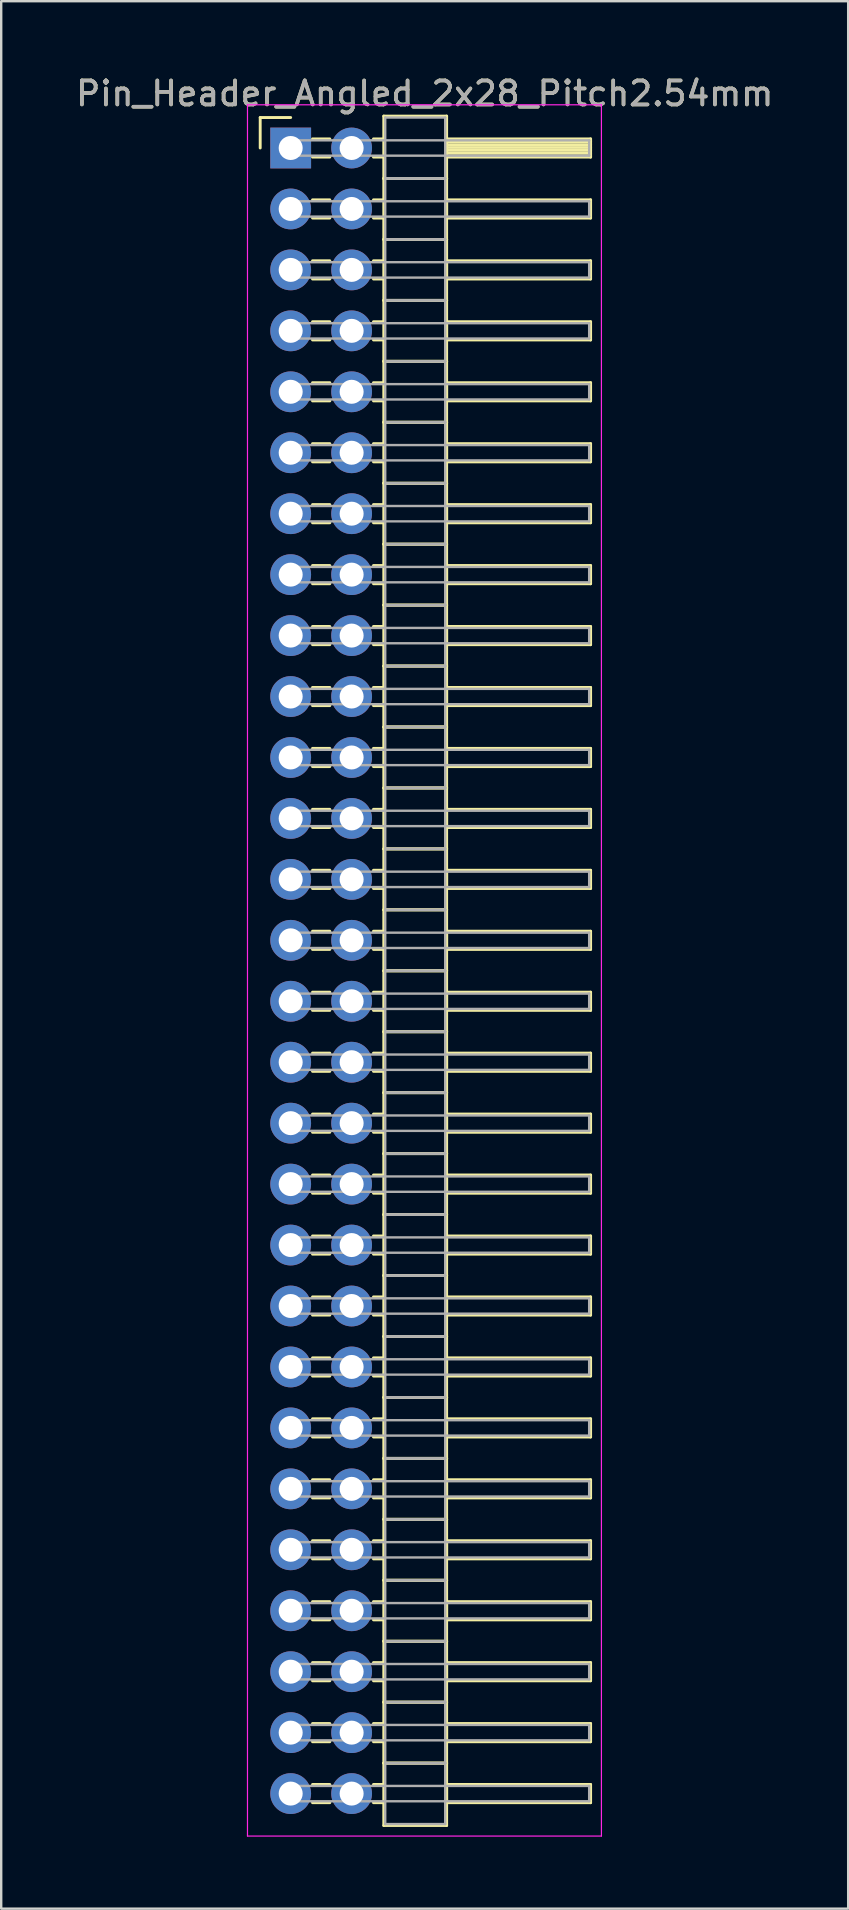
<source format=kicad_pcb>
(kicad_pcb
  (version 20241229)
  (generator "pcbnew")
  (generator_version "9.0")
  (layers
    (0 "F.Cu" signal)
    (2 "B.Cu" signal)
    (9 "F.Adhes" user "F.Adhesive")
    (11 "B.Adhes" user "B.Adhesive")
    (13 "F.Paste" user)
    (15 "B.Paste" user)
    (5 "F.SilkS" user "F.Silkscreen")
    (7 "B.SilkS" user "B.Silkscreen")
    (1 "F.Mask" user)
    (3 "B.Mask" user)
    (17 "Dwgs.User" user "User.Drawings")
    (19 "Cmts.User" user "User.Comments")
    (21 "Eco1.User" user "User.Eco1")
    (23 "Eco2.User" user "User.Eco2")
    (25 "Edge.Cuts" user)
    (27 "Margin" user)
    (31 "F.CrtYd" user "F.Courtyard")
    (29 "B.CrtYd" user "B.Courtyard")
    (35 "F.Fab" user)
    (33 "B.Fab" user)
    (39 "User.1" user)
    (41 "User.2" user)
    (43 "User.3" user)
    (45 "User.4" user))
  (footprint "Pin_Header_Angled_2x28_Pitch2.54mm"
    (layer "F.Cu")
    (at 9.064 3.118)
    (property "Reference" "Pin_Header_Angled_2x28_Pitch2.54mm" (at 5.585 -2.27 0) (layer "F.SilkS") (effects (font (size 1 1) (thickness 0.15))))
    (attr through_hole)
    (fp_line (start -1.27 -1.27) (end 0 -1.27) (stroke (width 0.12) (type solid)) (layer "F.SilkS"))
    (fp_line (start -1.27 0) (end -1.27 -1.27) (stroke (width 0.12) (type solid)) (layer "F.SilkS"))
    (fp_line (start 0.91 -0.38) (end 1.63 -0.38) (stroke (width 0.12) (type solid)) (layer "F.SilkS"))
    (fp_line (start 0.91 0.38) (end 1.63 0.38) (stroke (width 0.12) (type solid)) (layer "F.SilkS"))
    (fp_line (start 0.91 2.16) (end 1.63 2.16) (stroke (width 0.12) (type solid)) (layer "F.SilkS"))
    (fp_line (start 0.91 2.92) (end 1.63 2.92) (stroke (width 0.12) (type solid)) (layer "F.SilkS"))
    (fp_line (start 0.91 4.7) (end 1.63 4.7) (stroke (width 0.12) (type solid)) (layer "F.SilkS"))
    (fp_line (start 0.91 5.46) (end 1.63 5.46) (stroke (width 0.12) (type solid)) (layer "F.SilkS"))
    (fp_line (start 0.91 7.24) (end 1.63 7.24) (stroke (width 0.12) (type solid)) (layer "F.SilkS"))
    (fp_line (start 0.91 8) (end 1.63 8) (stroke (width 0.12) (type solid)) (layer "F.SilkS"))
    (fp_line (start 0.91 9.78) (end 1.63 9.78) (stroke (width 0.12) (type solid)) (layer "F.SilkS"))
    (fp_line (start 0.91 10.54) (end 1.63 10.54) (stroke (width 0.12) (type solid)) (layer "F.SilkS"))
    (fp_line (start 0.91 12.32) (end 1.63 12.32) (stroke (width 0.12) (type solid)) (layer "F.SilkS"))
    (fp_line (start 0.91 13.08) (end 1.63 13.08) (stroke (width 0.12) (type solid)) (layer "F.SilkS"))
    (fp_line (start 0.91 14.86) (end 1.63 14.86) (stroke (width 0.12) (type solid)) (layer "F.SilkS"))
    (fp_line (start 0.91 15.62) (end 1.63 15.62) (stroke (width 0.12) (type solid)) (layer "F.SilkS"))
    (fp_line (start 0.91 17.4) (end 1.63 17.4) (stroke (width 0.12) (type solid)) (layer "F.SilkS"))
    (fp_line (start 0.91 18.16) (end 1.63 18.16) (stroke (width 0.12) (type solid)) (layer "F.SilkS"))
    (fp_line (start 0.91 19.94) (end 1.63 19.94) (stroke (width 0.12) (type solid)) (layer "F.SilkS"))
    (fp_line (start 0.91 20.7) (end 1.63 20.7) (stroke (width 0.12) (type solid)) (layer "F.SilkS"))
    (fp_line (start 0.91 22.48) (end 1.63 22.48) (stroke (width 0.12) (type solid)) (layer "F.SilkS"))
    (fp_line (start 0.91 23.24) (end 1.63 23.24) (stroke (width 0.12) (type solid)) (layer "F.SilkS"))
    (fp_line (start 0.91 25.02) (end 1.63 25.02) (stroke (width 0.12) (type solid)) (layer "F.SilkS"))
    (fp_line (start 0.91 25.78) (end 1.63 25.78) (stroke (width 0.12) (type solid)) (layer "F.SilkS"))
    (fp_line (start 0.91 27.56) (end 1.63 27.56) (stroke (width 0.12) (type solid)) (layer "F.SilkS"))
    (fp_line (start 0.91 28.32) (end 1.63 28.32) (stroke (width 0.12) (type solid)) (layer "F.SilkS"))
    (fp_line (start 0.91 30.1) (end 1.63 30.1) (stroke (width 0.12) (type solid)) (layer "F.SilkS"))
    (fp_line (start 0.91 30.86) (end 1.63 30.86) (stroke (width 0.12) (type solid)) (layer "F.SilkS"))
    (fp_line (start 0.91 32.64) (end 1.63 32.64) (stroke (width 0.12) (type solid)) (layer "F.SilkS"))
    (fp_line (start 0.91 33.4) (end 1.63 33.4) (stroke (width 0.12) (type solid)) (layer "F.SilkS"))
    (fp_line (start 0.91 35.18) (end 1.63 35.18) (stroke (width 0.12) (type solid)) (layer "F.SilkS"))
    (fp_line (start 0.91 35.94) (end 1.63 35.94) (stroke (width 0.12) (type solid)) (layer "F.SilkS"))
    (fp_line (start 0.91 37.72) (end 1.63 37.72) (stroke (width 0.12) (type solid)) (layer "F.SilkS"))
    (fp_line (start 0.91 38.48) (end 1.63 38.48) (stroke (width 0.12) (type solid)) (layer "F.SilkS"))
    (fp_line (start 0.91 40.26) (end 1.63 40.26) (stroke (width 0.12) (type solid)) (layer "F.SilkS"))
    (fp_line (start 0.91 41.02) (end 1.63 41.02) (stroke (width 0.12) (type solid)) (layer "F.SilkS"))
    (fp_line (start 0.91 42.8) (end 1.63 42.8) (stroke (width 0.12) (type solid)) (layer "F.SilkS"))
    (fp_line (start 0.91 43.56) (end 1.63 43.56) (stroke (width 0.12) (type solid)) (layer "F.SilkS"))
    (fp_line (start 0.91 45.34) (end 1.63 45.34) (stroke (width 0.12) (type solid)) (layer "F.SilkS"))
    (fp_line (start 0.91 46.1) (end 1.63 46.1) (stroke (width 0.12) (type solid)) (layer "F.SilkS"))
    (fp_line (start 0.91 47.88) (end 1.63 47.88) (stroke (width 0.12) (type solid)) (layer "F.SilkS"))
    (fp_line (start 0.91 48.64) (end 1.63 48.64) (stroke (width 0.12) (type solid)) (layer "F.SilkS"))
    (fp_line (start 0.91 50.42) (end 1.63 50.42) (stroke (width 0.12) (type solid)) (layer "F.SilkS"))
    (fp_line (start 0.91 51.18) (end 1.63 51.18) (stroke (width 0.12) (type solid)) (layer "F.SilkS"))
    (fp_line (start 0.91 52.96) (end 1.63 52.96) (stroke (width 0.12) (type solid)) (layer "F.SilkS"))
    (fp_line (start 0.91 53.72) (end 1.63 53.72) (stroke (width 0.12) (type solid)) (layer "F.SilkS"))
    (fp_line (start 0.91 55.5) (end 1.63 55.5) (stroke (width 0.12) (type solid)) (layer "F.SilkS"))
    (fp_line (start 0.91 56.26) (end 1.63 56.26) (stroke (width 0.12) (type solid)) (layer "F.SilkS"))
    (fp_line (start 0.91 58.04) (end 1.63 58.04) (stroke (width 0.12) (type solid)) (layer "F.SilkS"))
    (fp_line (start 0.91 58.8) (end 1.63 58.8) (stroke (width 0.12) (type solid)) (layer "F.SilkS"))
    (fp_line (start 0.91 60.58) (end 1.63 60.58) (stroke (width 0.12) (type solid)) (layer "F.SilkS"))
    (fp_line (start 0.91 61.34) (end 1.63 61.34) (stroke (width 0.12) (type solid)) (layer "F.SilkS"))
    (fp_line (start 0.91 63.12) (end 1.63 63.12) (stroke (width 0.12) (type solid)) (layer "F.SilkS"))
    (fp_line (start 0.91 63.88) (end 1.63 63.88) (stroke (width 0.12) (type solid)) (layer "F.SilkS"))
    (fp_line (start 0.91 65.66) (end 1.63 65.66) (stroke (width 0.12) (type solid)) (layer "F.SilkS"))
    (fp_line (start 0.91 66.42) (end 1.63 66.42) (stroke (width 0.12) (type solid)) (layer "F.SilkS"))
    (fp_line (start 0.91 68.2) (end 1.63 68.2) (stroke (width 0.12) (type solid)) (layer "F.SilkS"))
    (fp_line (start 0.91 68.96) (end 1.63 68.96) (stroke (width 0.12) (type solid)) (layer "F.SilkS"))
    (fp_line (start 3.45 -0.38) (end 3.88 -0.38) (stroke (width 0.12) (type solid)) (layer "F.SilkS"))
    (fp_line (start 3.45 0.38) (end 3.88 0.38) (stroke (width 0.12) (type solid)) (layer "F.SilkS"))
    (fp_line (start 3.45 2.16) (end 3.88 2.16) (stroke (width 0.12) (type solid)) (layer "F.SilkS"))
    (fp_line (start 3.45 2.92) (end 3.88 2.92) (stroke (width 0.12) (type solid)) (layer "F.SilkS"))
    (fp_line (start 3.45 4.7) (end 3.88 4.7) (stroke (width 0.12) (type solid)) (layer "F.SilkS"))
    (fp_line (start 3.45 5.46) (end 3.88 5.46) (stroke (width 0.12) (type solid)) (layer "F.SilkS"))
    (fp_line (start 3.45 7.24) (end 3.88 7.24) (stroke (width 0.12) (type solid)) (layer "F.SilkS"))
    (fp_line (start 3.45 8) (end 3.88 8) (stroke (width 0.12) (type solid)) (layer "F.SilkS"))
    (fp_line (start 3.45 9.78) (end 3.88 9.78) (stroke (width 0.12) (type solid)) (layer "F.SilkS"))
    (fp_line (start 3.45 10.54) (end 3.88 10.54) (stroke (width 0.12) (type solid)) (layer "F.SilkS"))
    (fp_line (start 3.45 12.32) (end 3.88 12.32) (stroke (width 0.12) (type solid)) (layer "F.SilkS"))
    (fp_line (start 3.45 13.08) (end 3.88 13.08) (stroke (width 0.12) (type solid)) (layer "F.SilkS"))
    (fp_line (start 3.45 14.86) (end 3.88 14.86) (stroke (width 0.12) (type solid)) (layer "F.SilkS"))
    (fp_line (start 3.45 15.62) (end 3.88 15.62) (stroke (width 0.12) (type solid)) (layer "F.SilkS"))
    (fp_line (start 3.45 17.4) (end 3.88 17.4) (stroke (width 0.12) (type solid)) (layer "F.SilkS"))
    (fp_line (start 3.45 18.16) (end 3.88 18.16) (stroke (width 0.12) (type solid)) (layer "F.SilkS"))
    (fp_line (start 3.45 19.94) (end 3.88 19.94) (stroke (width 0.12) (type solid)) (layer "F.SilkS"))
    (fp_line (start 3.45 20.7) (end 3.88 20.7) (stroke (width 0.12) (type solid)) (layer "F.SilkS"))
    (fp_line (start 3.45 22.48) (end 3.88 22.48) (stroke (width 0.12) (type solid)) (layer "F.SilkS"))
    (fp_line (start 3.45 23.24) (end 3.88 23.24) (stroke (width 0.12) (type solid)) (layer "F.SilkS"))
    (fp_line (start 3.45 25.02) (end 3.88 25.02) (stroke (width 0.12) (type solid)) (layer "F.SilkS"))
    (fp_line (start 3.45 25.78) (end 3.88 25.78) (stroke (width 0.12) (type solid)) (layer "F.SilkS"))
    (fp_line (start 3.45 27.56) (end 3.88 27.56) (stroke (width 0.12) (type solid)) (layer "F.SilkS"))
    (fp_line (start 3.45 28.32) (end 3.88 28.32) (stroke (width 0.12) (type solid)) (layer "F.SilkS"))
    (fp_line (start 3.45 30.1) (end 3.88 30.1) (stroke (width 0.12) (type solid)) (layer "F.SilkS"))
    (fp_line (start 3.45 30.86) (end 3.88 30.86) (stroke (width 0.12) (type solid)) (layer "F.SilkS"))
    (fp_line (start 3.45 32.64) (end 3.88 32.64) (stroke (width 0.12) (type solid)) (layer "F.SilkS"))
    (fp_line (start 3.45 33.4) (end 3.88 33.4) (stroke (width 0.12) (type solid)) (layer "F.SilkS"))
    (fp_line (start 3.45 35.18) (end 3.88 35.18) (stroke (width 0.12) (type solid)) (layer "F.SilkS"))
    (fp_line (start 3.45 35.94) (end 3.88 35.94) (stroke (width 0.12) (type solid)) (layer "F.SilkS"))
    (fp_line (start 3.45 37.72) (end 3.88 37.72) (stroke (width 0.12) (type solid)) (layer "F.SilkS"))
    (fp_line (start 3.45 38.48) (end 3.88 38.48) (stroke (width 0.12) (type solid)) (layer "F.SilkS"))
    (fp_line (start 3.45 40.26) (end 3.88 40.26) (stroke (width 0.12) (type solid)) (layer "F.SilkS"))
    (fp_line (start 3.45 41.02) (end 3.88 41.02) (stroke (width 0.12) (type solid)) (layer "F.SilkS"))
    (fp_line (start 3.45 42.8) (end 3.88 42.8) (stroke (width 0.12) (type solid)) (layer "F.SilkS"))
    (fp_line (start 3.45 43.56) (end 3.88 43.56) (stroke (width 0.12) (type solid)) (layer "F.SilkS"))
    (fp_line (start 3.45 45.34) (end 3.88 45.34) (stroke (width 0.12) (type solid)) (layer "F.SilkS"))
    (fp_line (start 3.45 46.1) (end 3.88 46.1) (stroke (width 0.12) (type solid)) (layer "F.SilkS"))
    (fp_line (start 3.45 47.88) (end 3.88 47.88) (stroke (width 0.12) (type solid)) (layer "F.SilkS"))
    (fp_line (start 3.45 48.64) (end 3.88 48.64) (stroke (width 0.12) (type solid)) (layer "F.SilkS"))
    (fp_line (start 3.45 50.42) (end 3.88 50.42) (stroke (width 0.12) (type solid)) (layer "F.SilkS"))
    (fp_line (start 3.45 51.18) (end 3.88 51.18) (stroke (width 0.12) (type solid)) (layer "F.SilkS"))
    (fp_line (start 3.45 52.96) (end 3.88 52.96) (stroke (width 0.12) (type solid)) (layer "F.SilkS"))
    (fp_line (start 3.45 53.72) (end 3.88 53.72) (stroke (width 0.12) (type solid)) (layer "F.SilkS"))
    (fp_line (start 3.45 55.5) (end 3.88 55.5) (stroke (width 0.12) (type solid)) (layer "F.SilkS"))
    (fp_line (start 3.45 56.26) (end 3.88 56.26) (stroke (width 0.12) (type solid)) (layer "F.SilkS"))
    (fp_line (start 3.45 58.04) (end 3.88 58.04) (stroke (width 0.12) (type solid)) (layer "F.SilkS"))
    (fp_line (start 3.45 58.8) (end 3.88 58.8) (stroke (width 0.12) (type solid)) (layer "F.SilkS"))
    (fp_line (start 3.45 60.58) (end 3.88 60.58) (stroke (width 0.12) (type solid)) (layer "F.SilkS"))
    (fp_line (start 3.45 61.34) (end 3.88 61.34) (stroke (width 0.12) (type solid)) (layer "F.SilkS"))
    (fp_line (start 3.45 63.12) (end 3.88 63.12) (stroke (width 0.12) (type solid)) (layer "F.SilkS"))
    (fp_line (start 3.45 63.88) (end 3.88 63.88) (stroke (width 0.12) (type solid)) (layer "F.SilkS"))
    (fp_line (start 3.45 65.66) (end 3.88 65.66) (stroke (width 0.12) (type solid)) (layer "F.SilkS"))
    (fp_line (start 3.45 66.42) (end 3.88 66.42) (stroke (width 0.12) (type solid)) (layer "F.SilkS"))
    (fp_line (start 3.45 68.2) (end 3.88 68.2) (stroke (width 0.12) (type solid)) (layer "F.SilkS"))
    (fp_line (start 3.45 68.96) (end 3.88 68.96) (stroke (width 0.12) (type solid)) (layer "F.SilkS"))
    (fp_line (start 3.88 -1.33) (end 3.88 1.27) (stroke (width 0.12) (type solid)) (layer "F.SilkS"))
    (fp_line (start 3.88 1.27) (end 3.88 3.81) (stroke (width 0.12) (type solid)) (layer "F.SilkS"))
    (fp_line (start 3.88 1.27) (end 6.5 1.27) (stroke (width 0.12) (type solid)) (layer "F.SilkS"))
    (fp_line (start 3.88 3.81) (end 3.88 6.35) (stroke (width 0.12) (type solid)) (layer "F.SilkS"))
    (fp_line (start 3.88 3.81) (end 6.5 3.81) (stroke (width 0.12) (type solid)) (layer "F.SilkS"))
    (fp_line (start 3.88 6.35) (end 3.88 8.89) (stroke (width 0.12) (type solid)) (layer "F.SilkS"))
    (fp_line (start 3.88 6.35) (end 6.5 6.35) (stroke (width 0.12) (type solid)) (layer "F.SilkS"))
    (fp_line (start 3.88 8.89) (end 3.88 11.43) (stroke (width 0.12) (type solid)) (layer "F.SilkS"))
    (fp_line (start 3.88 8.89) (end 6.5 8.89) (stroke (width 0.12) (type solid)) (layer "F.SilkS"))
    (fp_line (start 3.88 11.43) (end 3.88 13.97) (stroke (width 0.12) (type solid)) (layer "F.SilkS"))
    (fp_line (start 3.88 11.43) (end 6.5 11.43) (stroke (width 0.12) (type solid)) (layer "F.SilkS"))
    (fp_line (start 3.88 13.97) (end 3.88 16.51) (stroke (width 0.12) (type solid)) (layer "F.SilkS"))
    (fp_line (start 3.88 13.97) (end 6.5 13.97) (stroke (width 0.12) (type solid)) (layer "F.SilkS"))
    (fp_line (start 3.88 16.51) (end 3.88 19.05) (stroke (width 0.12) (type solid)) (layer "F.SilkS"))
    (fp_line (start 3.88 16.51) (end 6.5 16.51) (stroke (width 0.12) (type solid)) (layer "F.SilkS"))
    (fp_line (start 3.88 19.05) (end 3.88 21.59) (stroke (width 0.12) (type solid)) (layer "F.SilkS"))
    (fp_line (start 3.88 19.05) (end 6.5 19.05) (stroke (width 0.12) (type solid)) (layer "F.SilkS"))
    (fp_line (start 3.88 21.59) (end 3.88 24.13) (stroke (width 0.12) (type solid)) (layer "F.SilkS"))
    (fp_line (start 3.88 21.59) (end 6.5 21.59) (stroke (width 0.12) (type solid)) (layer "F.SilkS"))
    (fp_line (start 3.88 24.13) (end 3.88 26.67) (stroke (width 0.12) (type solid)) (layer "F.SilkS"))
    (fp_line (start 3.88 24.13) (end 6.5 24.13) (stroke (width 0.12) (type solid)) (layer "F.SilkS"))
    (fp_line (start 3.88 26.67) (end 3.88 29.21) (stroke (width 0.12) (type solid)) (layer "F.SilkS"))
    (fp_line (start 3.88 26.67) (end 6.5 26.67) (stroke (width 0.12) (type solid)) (layer "F.SilkS"))
    (fp_line (start 3.88 29.21) (end 3.88 31.75) (stroke (width 0.12) (type solid)) (layer "F.SilkS"))
    (fp_line (start 3.88 29.21) (end 6.5 29.21) (stroke (width 0.12) (type solid)) (layer "F.SilkS"))
    (fp_line (start 3.88 31.75) (end 3.88 34.29) (stroke (width 0.12) (type solid)) (layer "F.SilkS"))
    (fp_line (start 3.88 31.75) (end 6.5 31.75) (stroke (width 0.12) (type solid)) (layer "F.SilkS"))
    (fp_line (start 3.88 34.29) (end 3.88 36.83) (stroke (width 0.12) (type solid)) (layer "F.SilkS"))
    (fp_line (start 3.88 34.29) (end 6.5 34.29) (stroke (width 0.12) (type solid)) (layer "F.SilkS"))
    (fp_line (start 3.88 36.83) (end 3.88 39.37) (stroke (width 0.12) (type solid)) (layer "F.SilkS"))
    (fp_line (start 3.88 36.83) (end 6.5 36.83) (stroke (width 0.12) (type solid)) (layer "F.SilkS"))
    (fp_line (start 3.88 39.37) (end 3.88 41.91) (stroke (width 0.12) (type solid)) (layer "F.SilkS"))
    (fp_line (start 3.88 39.37) (end 6.5 39.37) (stroke (width 0.12) (type solid)) (layer "F.SilkS"))
    (fp_line (start 3.88 41.91) (end 3.88 44.45) (stroke (width 0.12) (type solid)) (layer "F.SilkS"))
    (fp_line (start 3.88 41.91) (end 6.5 41.91) (stroke (width 0.12) (type solid)) (layer "F.SilkS"))
    (fp_line (start 3.88 44.45) (end 3.88 46.99) (stroke (width 0.12) (type solid)) (layer "F.SilkS"))
    (fp_line (start 3.88 44.45) (end 6.5 44.45) (stroke (width 0.12) (type solid)) (layer "F.SilkS"))
    (fp_line (start 3.88 46.99) (end 3.88 49.53) (stroke (width 0.12) (type solid)) (layer "F.SilkS"))
    (fp_line (start 3.88 46.99) (end 6.5 46.99) (stroke (width 0.12) (type solid)) (layer "F.SilkS"))
    (fp_line (start 3.88 49.53) (end 3.88 52.07) (stroke (width 0.12) (type solid)) (layer "F.SilkS"))
    (fp_line (start 3.88 49.53) (end 6.5 49.53) (stroke (width 0.12) (type solid)) (layer "F.SilkS"))
    (fp_line (start 3.88 52.07) (end 3.88 54.61) (stroke (width 0.12) (type solid)) (layer "F.SilkS"))
    (fp_line (start 3.88 52.07) (end 6.5 52.07) (stroke (width 0.12) (type solid)) (layer "F.SilkS"))
    (fp_line (start 3.88 54.61) (end 3.88 57.15) (stroke (width 0.12) (type solid)) (layer "F.SilkS"))
    (fp_line (start 3.88 54.61) (end 6.5 54.61) (stroke (width 0.12) (type solid)) (layer "F.SilkS"))
    (fp_line (start 3.88 57.15) (end 3.88 59.69) (stroke (width 0.12) (type solid)) (layer "F.SilkS"))
    (fp_line (start 3.88 57.15) (end 6.5 57.15) (stroke (width 0.12) (type solid)) (layer "F.SilkS"))
    (fp_line (start 3.88 59.69) (end 3.88 62.23) (stroke (width 0.12) (type solid)) (layer "F.SilkS"))
    (fp_line (start 3.88 59.69) (end 6.5 59.69) (stroke (width 0.12) (type solid)) (layer "F.SilkS"))
    (fp_line (start 3.88 62.23) (end 3.88 64.77) (stroke (width 0.12) (type solid)) (layer "F.SilkS"))
    (fp_line (start 3.88 62.23) (end 6.5 62.23) (stroke (width 0.12) (type solid)) (layer "F.SilkS"))
    (fp_line (start 3.88 64.77) (end 3.88 67.31) (stroke (width 0.12) (type solid)) (layer "F.SilkS"))
    (fp_line (start 3.88 64.77) (end 6.5 64.77) (stroke (width 0.12) (type solid)) (layer "F.SilkS"))
    (fp_line (start 3.88 67.31) (end 3.88 69.91) (stroke (width 0.12) (type solid)) (layer "F.SilkS"))
    (fp_line (start 3.88 67.31) (end 6.5 67.31) (stroke (width 0.12) (type solid)) (layer "F.SilkS"))
    (fp_line (start 3.88 69.91) (end 6.5 69.91) (stroke (width 0.12) (type solid)) (layer "F.SilkS"))
    (fp_line (start 6.5 -1.33) (end 3.88 -1.33) (stroke (width 0.12) (type solid)) (layer "F.SilkS"))
    (fp_line (start 6.5 -0.38) (end 6.5 0.38) (stroke (width 0.12) (type solid)) (layer "F.SilkS"))
    (fp_line (start 6.5 -0.26) (end 12.5 -0.26) (stroke (width 0.12) (type solid)) (layer "F.SilkS"))
    (fp_line (start 6.5 -0.14) (end 12.5 -0.14) (stroke (width 0.12) (type solid)) (layer "F.SilkS"))
    (fp_line (start 6.5 -0.02) (end 12.5 -0.02) (stroke (width 0.12) (type solid)) (layer "F.SilkS"))
    (fp_line (start 6.5 0.1) (end 12.5 0.1) (stroke (width 0.12) (type solid)) (layer "F.SilkS"))
    (fp_line (start 6.5 0.22) (end 12.5 0.22) (stroke (width 0.12) (type solid)) (layer "F.SilkS"))
    (fp_line (start 6.5 0.34) (end 12.5 0.34) (stroke (width 0.12) (type solid)) (layer "F.SilkS"))
    (fp_line (start 6.5 0.38) (end 12.5 0.38) (stroke (width 0.12) (type solid)) (layer "F.SilkS"))
    (fp_line (start 6.5 1.27) (end 3.88 1.27) (stroke (width 0.12) (type solid)) (layer "F.SilkS"))
    (fp_line (start 6.5 1.27) (end 6.5 -1.33) (stroke (width 0.12) (type solid)) (layer "F.SilkS"))
    (fp_line (start 6.5 2.16) (end 6.5 2.92) (stroke (width 0.12) (type solid)) (layer "F.SilkS"))
    (fp_line (start 6.5 2.92) (end 12.5 2.92) (stroke (width 0.12) (type solid)) (layer "F.SilkS"))
    (fp_line (start 6.5 3.81) (end 3.88 3.81) (stroke (width 0.12) (type solid)) (layer "F.SilkS"))
    (fp_line (start 6.5 3.81) (end 6.5 1.27) (stroke (width 0.12) (type solid)) (layer "F.SilkS"))
    (fp_line (start 6.5 4.7) (end 6.5 5.46) (stroke (width 0.12) (type solid)) (layer "F.SilkS"))
    (fp_line (start 6.5 5.46) (end 12.5 5.46) (stroke (width 0.12) (type solid)) (layer "F.SilkS"))
    (fp_line (start 6.5 6.35) (end 3.88 6.35) (stroke (width 0.12) (type solid)) (layer "F.SilkS"))
    (fp_line (start 6.5 6.35) (end 6.5 3.81) (stroke (width 0.12) (type solid)) (layer "F.SilkS"))
    (fp_line (start 6.5 7.24) (end 6.5 8) (stroke (width 0.12) (type solid)) (layer "F.SilkS"))
    (fp_line (start 6.5 8) (end 12.5 8) (stroke (width 0.12) (type solid)) (layer "F.SilkS"))
    (fp_line (start 6.5 8.89) (end 3.88 8.89) (stroke (width 0.12) (type solid)) (layer "F.SilkS"))
    (fp_line (start 6.5 8.89) (end 6.5 6.35) (stroke (width 0.12) (type solid)) (layer "F.SilkS"))
    (fp_line (start 6.5 9.78) (end 6.5 10.54) (stroke (width 0.12) (type solid)) (layer "F.SilkS"))
    (fp_line (start 6.5 10.54) (end 12.5 10.54) (stroke (width 0.12) (type solid)) (layer "F.SilkS"))
    (fp_line (start 6.5 11.43) (end 3.88 11.43) (stroke (width 0.12) (type solid)) (layer "F.SilkS"))
    (fp_line (start 6.5 11.43) (end 6.5 8.89) (stroke (width 0.12) (type solid)) (layer "F.SilkS"))
    (fp_line (start 6.5 12.32) (end 6.5 13.08) (stroke (width 0.12) (type solid)) (layer "F.SilkS"))
    (fp_line (start 6.5 13.08) (end 12.5 13.08) (stroke (width 0.12) (type solid)) (layer "F.SilkS"))
    (fp_line (start 6.5 13.97) (end 3.88 13.97) (stroke (width 0.12) (type solid)) (layer "F.SilkS"))
    (fp_line (start 6.5 13.97) (end 6.5 11.43) (stroke (width 0.12) (type solid)) (layer "F.SilkS"))
    (fp_line (start 6.5 14.86) (end 6.5 15.62) (stroke (width 0.12) (type solid)) (layer "F.SilkS"))
    (fp_line (start 6.5 15.62) (end 12.5 15.62) (stroke (width 0.12) (type solid)) (layer "F.SilkS"))
    (fp_line (start 6.5 16.51) (end 3.88 16.51) (stroke (width 0.12) (type solid)) (layer "F.SilkS"))
    (fp_line (start 6.5 16.51) (end 6.5 13.97) (stroke (width 0.12) (type solid)) (layer "F.SilkS"))
    (fp_line (start 6.5 17.4) (end 6.5 18.16) (stroke (width 0.12) (type solid)) (layer "F.SilkS"))
    (fp_line (start 6.5 18.16) (end 12.5 18.16) (stroke (width 0.12) (type solid)) (layer "F.SilkS"))
    (fp_line (start 6.5 19.05) (end 3.88 19.05) (stroke (width 0.12) (type solid)) (layer "F.SilkS"))
    (fp_line (start 6.5 19.05) (end 6.5 16.51) (stroke (width 0.12) (type solid)) (layer "F.SilkS"))
    (fp_line (start 6.5 19.94) (end 6.5 20.7) (stroke (width 0.12) (type solid)) (layer "F.SilkS"))
    (fp_line (start 6.5 20.7) (end 12.5 20.7) (stroke (width 0.12) (type solid)) (layer "F.SilkS"))
    (fp_line (start 6.5 21.59) (end 3.88 21.59) (stroke (width 0.12) (type solid)) (layer "F.SilkS"))
    (fp_line (start 6.5 21.59) (end 6.5 19.05) (stroke (width 0.12) (type solid)) (layer "F.SilkS"))
    (fp_line (start 6.5 22.48) (end 6.5 23.24) (stroke (width 0.12) (type solid)) (layer "F.SilkS"))
    (fp_line (start 6.5 23.24) (end 12.5 23.24) (stroke (width 0.12) (type solid)) (layer "F.SilkS"))
    (fp_line (start 6.5 24.13) (end 3.88 24.13) (stroke (width 0.12) (type solid)) (layer "F.SilkS"))
    (fp_line (start 6.5 24.13) (end 6.5 21.59) (stroke (width 0.12) (type solid)) (layer "F.SilkS"))
    (fp_line (start 6.5 25.02) (end 6.5 25.78) (stroke (width 0.12) (type solid)) (layer "F.SilkS"))
    (fp_line (start 6.5 25.78) (end 12.5 25.78) (stroke (width 0.12) (type solid)) (layer "F.SilkS"))
    (fp_line (start 6.5 26.67) (end 3.88 26.67) (stroke (width 0.12) (type solid)) (layer "F.SilkS"))
    (fp_line (start 6.5 26.67) (end 6.5 24.13) (stroke (width 0.12) (type solid)) (layer "F.SilkS"))
    (fp_line (start 6.5 27.56) (end 6.5 28.32) (stroke (width 0.12) (type solid)) (layer "F.SilkS"))
    (fp_line (start 6.5 28.32) (end 12.5 28.32) (stroke (width 0.12) (type solid)) (layer "F.SilkS"))
    (fp_line (start 6.5 29.21) (end 3.88 29.21) (stroke (width 0.12) (type solid)) (layer "F.SilkS"))
    (fp_line (start 6.5 29.21) (end 6.5 26.67) (stroke (width 0.12) (type solid)) (layer "F.SilkS"))
    (fp_line (start 6.5 30.1) (end 6.5 30.86) (stroke (width 0.12) (type solid)) (layer "F.SilkS"))
    (fp_line (start 6.5 30.86) (end 12.5 30.86) (stroke (width 0.12) (type solid)) (layer "F.SilkS"))
    (fp_line (start 6.5 31.75) (end 3.88 31.75) (stroke (width 0.12) (type solid)) (layer "F.SilkS"))
    (fp_line (start 6.5 31.75) (end 6.5 29.21) (stroke (width 0.12) (type solid)) (layer "F.SilkS"))
    (fp_line (start 6.5 32.64) (end 6.5 33.4) (stroke (width 0.12) (type solid)) (layer "F.SilkS"))
    (fp_line (start 6.5 33.4) (end 12.5 33.4) (stroke (width 0.12) (type solid)) (layer "F.SilkS"))
    (fp_line (start 6.5 34.29) (end 3.88 34.29) (stroke (width 0.12) (type solid)) (layer "F.SilkS"))
    (fp_line (start 6.5 34.29) (end 6.5 31.75) (stroke (width 0.12) (type solid)) (layer "F.SilkS"))
    (fp_line (start 6.5 35.18) (end 6.5 35.94) (stroke (width 0.12) (type solid)) (layer "F.SilkS"))
    (fp_line (start 6.5 35.94) (end 12.5 35.94) (stroke (width 0.12) (type solid)) (layer "F.SilkS"))
    (fp_line (start 6.5 36.83) (end 3.88 36.83) (stroke (width 0.12) (type solid)) (layer "F.SilkS"))
    (fp_line (start 6.5 36.83) (end 6.5 34.29) (stroke (width 0.12) (type solid)) (layer "F.SilkS"))
    (fp_line (start 6.5 37.72) (end 6.5 38.48) (stroke (width 0.12) (type solid)) (layer "F.SilkS"))
    (fp_line (start 6.5 38.48) (end 12.5 38.48) (stroke (width 0.12) (type solid)) (layer "F.SilkS"))
    (fp_line (start 6.5 39.37) (end 3.88 39.37) (stroke (width 0.12) (type solid)) (layer "F.SilkS"))
    (fp_line (start 6.5 39.37) (end 6.5 36.83) (stroke (width 0.12) (type solid)) (layer "F.SilkS"))
    (fp_line (start 6.5 40.26) (end 6.5 41.02) (stroke (width 0.12) (type solid)) (layer "F.SilkS"))
    (fp_line (start 6.5 41.02) (end 12.5 41.02) (stroke (width 0.12) (type solid)) (layer "F.SilkS"))
    (fp_line (start 6.5 41.91) (end 3.88 41.91) (stroke (width 0.12) (type solid)) (layer "F.SilkS"))
    (fp_line (start 6.5 41.91) (end 6.5 39.37) (stroke (width 0.12) (type solid)) (layer "F.SilkS"))
    (fp_line (start 6.5 42.8) (end 6.5 43.56) (stroke (width 0.12) (type solid)) (layer "F.SilkS"))
    (fp_line (start 6.5 43.56) (end 12.5 43.56) (stroke (width 0.12) (type solid)) (layer "F.SilkS"))
    (fp_line (start 6.5 44.45) (end 3.88 44.45) (stroke (width 0.12) (type solid)) (layer "F.SilkS"))
    (fp_line (start 6.5 44.45) (end 6.5 41.91) (stroke (width 0.12) (type solid)) (layer "F.SilkS"))
    (fp_line (start 6.5 45.34) (end 6.5 46.1) (stroke (width 0.12) (type solid)) (layer "F.SilkS"))
    (fp_line (start 6.5 46.1) (end 12.5 46.1) (stroke (width 0.12) (type solid)) (layer "F.SilkS"))
    (fp_line (start 6.5 46.99) (end 3.88 46.99) (stroke (width 0.12) (type solid)) (layer "F.SilkS"))
    (fp_line (start 6.5 46.99) (end 6.5 44.45) (stroke (width 0.12) (type solid)) (layer "F.SilkS"))
    (fp_line (start 6.5 47.88) (end 6.5 48.64) (stroke (width 0.12) (type solid)) (layer "F.SilkS"))
    (fp_line (start 6.5 48.64) (end 12.5 48.64) (stroke (width 0.12) (type solid)) (layer "F.SilkS"))
    (fp_line (start 6.5 49.53) (end 3.88 49.53) (stroke (width 0.12) (type solid)) (layer "F.SilkS"))
    (fp_line (start 6.5 49.53) (end 6.5 46.99) (stroke (width 0.12) (type solid)) (layer "F.SilkS"))
    (fp_line (start 6.5 50.42) (end 6.5 51.18) (stroke (width 0.12) (type solid)) (layer "F.SilkS"))
    (fp_line (start 6.5 51.18) (end 12.5 51.18) (stroke (width 0.12) (type solid)) (layer "F.SilkS"))
    (fp_line (start 6.5 52.07) (end 3.88 52.07) (stroke (width 0.12) (type solid)) (layer "F.SilkS"))
    (fp_line (start 6.5 52.07) (end 6.5 49.53) (stroke (width 0.12) (type solid)) (layer "F.SilkS"))
    (fp_line (start 6.5 52.96) (end 6.5 53.72) (stroke (width 0.12) (type solid)) (layer "F.SilkS"))
    (fp_line (start 6.5 53.72) (end 12.5 53.72) (stroke (width 0.12) (type solid)) (layer "F.SilkS"))
    (fp_line (start 6.5 54.61) (end 3.88 54.61) (stroke (width 0.12) (type solid)) (layer "F.SilkS"))
    (fp_line (start 6.5 54.61) (end 6.5 52.07) (stroke (width 0.12) (type solid)) (layer "F.SilkS"))
    (fp_line (start 6.5 55.5) (end 6.5 56.26) (stroke (width 0.12) (type solid)) (layer "F.SilkS"))
    (fp_line (start 6.5 56.26) (end 12.5 56.26) (stroke (width 0.12) (type solid)) (layer "F.SilkS"))
    (fp_line (start 6.5 57.15) (end 3.88 57.15) (stroke (width 0.12) (type solid)) (layer "F.SilkS"))
    (fp_line (start 6.5 57.15) (end 6.5 54.61) (stroke (width 0.12) (type solid)) (layer "F.SilkS"))
    (fp_line (start 6.5 58.04) (end 6.5 58.8) (stroke (width 0.12) (type solid)) (layer "F.SilkS"))
    (fp_line (start 6.5 58.8) (end 12.5 58.8) (stroke (width 0.12) (type solid)) (layer "F.SilkS"))
    (fp_line (start 6.5 59.69) (end 3.88 59.69) (stroke (width 0.12) (type solid)) (layer "F.SilkS"))
    (fp_line (start 6.5 59.69) (end 6.5 57.15) (stroke (width 0.12) (type solid)) (layer "F.SilkS"))
    (fp_line (start 6.5 60.58) (end 6.5 61.34) (stroke (width 0.12) (type solid)) (layer "F.SilkS"))
    (fp_line (start 6.5 61.34) (end 12.5 61.34) (stroke (width 0.12) (type solid)) (layer "F.SilkS"))
    (fp_line (start 6.5 62.23) (end 3.88 62.23) (stroke (width 0.12) (type solid)) (layer "F.SilkS"))
    (fp_line (start 6.5 62.23) (end 6.5 59.69) (stroke (width 0.12) (type solid)) (layer "F.SilkS"))
    (fp_line (start 6.5 63.12) (end 6.5 63.88) (stroke (width 0.12) (type solid)) (layer "F.SilkS"))
    (fp_line (start 6.5 63.88) (end 12.5 63.88) (stroke (width 0.12) (type solid)) (layer "F.SilkS"))
    (fp_line (start 6.5 64.77) (end 3.88 64.77) (stroke (width 0.12) (type solid)) (layer "F.SilkS"))
    (fp_line (start 6.5 64.77) (end 6.5 62.23) (stroke (width 0.12) (type solid)) (layer "F.SilkS"))
    (fp_line (start 6.5 65.66) (end 6.5 66.42) (stroke (width 0.12) (type solid)) (layer "F.SilkS"))
    (fp_line (start 6.5 66.42) (end 12.5 66.42) (stroke (width 0.12) (type solid)) (layer "F.SilkS"))
    (fp_line (start 6.5 67.31) (end 3.88 67.31) (stroke (width 0.12) (type solid)) (layer "F.SilkS"))
    (fp_line (start 6.5 67.31) (end 6.5 64.77) (stroke (width 0.12) (type solid)) (layer "F.SilkS"))
    (fp_line (start 6.5 68.2) (end 6.5 68.96) (stroke (width 0.12) (type solid)) (layer "F.SilkS"))
    (fp_line (start 6.5 68.96) (end 12.5 68.96) (stroke (width 0.12) (type solid)) (layer "F.SilkS"))
    (fp_line (start 6.5 69.91) (end 6.5 67.31) (stroke (width 0.12) (type solid)) (layer "F.SilkS"))
    (fp_line (start 12.5 -0.38) (end 6.5 -0.38) (stroke (width 0.12) (type solid)) (layer "F.SilkS"))
    (fp_line (start 12.5 0.38) (end 12.5 -0.38) (stroke (width 0.12) (type solid)) (layer "F.SilkS"))
    (fp_line (start 12.5 2.16) (end 6.5 2.16) (stroke (width 0.12) (type solid)) (layer "F.SilkS"))
    (fp_line (start 12.5 2.92) (end 12.5 2.16) (stroke (width 0.12) (type solid)) (layer "F.SilkS"))
    (fp_line (start 12.5 4.7) (end 6.5 4.7) (stroke (width 0.12) (type solid)) (layer "F.SilkS"))
    (fp_line (start 12.5 5.46) (end 12.5 4.7) (stroke (width 0.12) (type solid)) (layer "F.SilkS"))
    (fp_line (start 12.5 7.24) (end 6.5 7.24) (stroke (width 0.12) (type solid)) (layer "F.SilkS"))
    (fp_line (start 12.5 8) (end 12.5 7.24) (stroke (width 0.12) (type solid)) (layer "F.SilkS"))
    (fp_line (start 12.5 9.78) (end 6.5 9.78) (stroke (width 0.12) (type solid)) (layer "F.SilkS"))
    (fp_line (start 12.5 10.54) (end 12.5 9.78) (stroke (width 0.12) (type solid)) (layer "F.SilkS"))
    (fp_line (start 12.5 12.32) (end 6.5 12.32) (stroke (width 0.12) (type solid)) (layer "F.SilkS"))
    (fp_line (start 12.5 13.08) (end 12.5 12.32) (stroke (width 0.12) (type solid)) (layer "F.SilkS"))
    (fp_line (start 12.5 14.86) (end 6.5 14.86) (stroke (width 0.12) (type solid)) (layer "F.SilkS"))
    (fp_line (start 12.5 15.62) (end 12.5 14.86) (stroke (width 0.12) (type solid)) (layer "F.SilkS"))
    (fp_line (start 12.5 17.4) (end 6.5 17.4) (stroke (width 0.12) (type solid)) (layer "F.SilkS"))
    (fp_line (start 12.5 18.16) (end 12.5 17.4) (stroke (width 0.12) (type solid)) (layer "F.SilkS"))
    (fp_line (start 12.5 19.94) (end 6.5 19.94) (stroke (width 0.12) (type solid)) (layer "F.SilkS"))
    (fp_line (start 12.5 20.7) (end 12.5 19.94) (stroke (width 0.12) (type solid)) (layer "F.SilkS"))
    (fp_line (start 12.5 22.48) (end 6.5 22.48) (stroke (width 0.12) (type solid)) (layer "F.SilkS"))
    (fp_line (start 12.5 23.24) (end 12.5 22.48) (stroke (width 0.12) (type solid)) (layer "F.SilkS"))
    (fp_line (start 12.5 25.02) (end 6.5 25.02) (stroke (width 0.12) (type solid)) (layer "F.SilkS"))
    (fp_line (start 12.5 25.78) (end 12.5 25.02) (stroke (width 0.12) (type solid)) (layer "F.SilkS"))
    (fp_line (start 12.5 27.56) (end 6.5 27.56) (stroke (width 0.12) (type solid)) (layer "F.SilkS"))
    (fp_line (start 12.5 28.32) (end 12.5 27.56) (stroke (width 0.12) (type solid)) (layer "F.SilkS"))
    (fp_line (start 12.5 30.1) (end 6.5 30.1) (stroke (width 0.12) (type solid)) (layer "F.SilkS"))
    (fp_line (start 12.5 30.86) (end 12.5 30.1) (stroke (width 0.12) (type solid)) (layer "F.SilkS"))
    (fp_line (start 12.5 32.64) (end 6.5 32.64) (stroke (width 0.12) (type solid)) (layer "F.SilkS"))
    (fp_line (start 12.5 33.4) (end 12.5 32.64) (stroke (width 0.12) (type solid)) (layer "F.SilkS"))
    (fp_line (start 12.5 35.18) (end 6.5 35.18) (stroke (width 0.12) (type solid)) (layer "F.SilkS"))
    (fp_line (start 12.5 35.94) (end 12.5 35.18) (stroke (width 0.12) (type solid)) (layer "F.SilkS"))
    (fp_line (start 12.5 37.72) (end 6.5 37.72) (stroke (width 0.12) (type solid)) (layer "F.SilkS"))
    (fp_line (start 12.5 38.48) (end 12.5 37.72) (stroke (width 0.12) (type solid)) (layer "F.SilkS"))
    (fp_line (start 12.5 40.26) (end 6.5 40.26) (stroke (width 0.12) (type solid)) (layer "F.SilkS"))
    (fp_line (start 12.5 41.02) (end 12.5 40.26) (stroke (width 0.12) (type solid)) (layer "F.SilkS"))
    (fp_line (start 12.5 42.8) (end 6.5 42.8) (stroke (width 0.12) (type solid)) (layer "F.SilkS"))
    (fp_line (start 12.5 43.56) (end 12.5 42.8) (stroke (width 0.12) (type solid)) (layer "F.SilkS"))
    (fp_line (start 12.5 45.34) (end 6.5 45.34) (stroke (width 0.12) (type solid)) (layer "F.SilkS"))
    (fp_line (start 12.5 46.1) (end 12.5 45.34) (stroke (width 0.12) (type solid)) (layer "F.SilkS"))
    (fp_line (start 12.5 47.88) (end 6.5 47.88) (stroke (width 0.12) (type solid)) (layer "F.SilkS"))
    (fp_line (start 12.5 48.64) (end 12.5 47.88) (stroke (width 0.12) (type solid)) (layer "F.SilkS"))
    (fp_line (start 12.5 50.42) (end 6.5 50.42) (stroke (width 0.12) (type solid)) (layer "F.SilkS"))
    (fp_line (start 12.5 51.18) (end 12.5 50.42) (stroke (width 0.12) (type solid)) (layer "F.SilkS"))
    (fp_line (start 12.5 52.96) (end 6.5 52.96) (stroke (width 0.12) (type solid)) (layer "F.SilkS"))
    (fp_line (start 12.5 53.72) (end 12.5 52.96) (stroke (width 0.12) (type solid)) (layer "F.SilkS"))
    (fp_line (start 12.5 55.5) (end 6.5 55.5) (stroke (width 0.12) (type solid)) (layer "F.SilkS"))
    (fp_line (start 12.5 56.26) (end 12.5 55.5) (stroke (width 0.12) (type solid)) (layer "F.SilkS"))
    (fp_line (start 12.5 58.04) (end 6.5 58.04) (stroke (width 0.12) (type solid)) (layer "F.SilkS"))
    (fp_line (start 12.5 58.8) (end 12.5 58.04) (stroke (width 0.12) (type solid)) (layer "F.SilkS"))
    (fp_line (start 12.5 60.58) (end 6.5 60.58) (stroke (width 0.12) (type solid)) (layer "F.SilkS"))
    (fp_line (start 12.5 61.34) (end 12.5 60.58) (stroke (width 0.12) (type solid)) (layer "F.SilkS"))
    (fp_line (start 12.5 63.12) (end 6.5 63.12) (stroke (width 0.12) (type solid)) (layer "F.SilkS"))
    (fp_line (start 12.5 63.88) (end 12.5 63.12) (stroke (width 0.12) (type solid)) (layer "F.SilkS"))
    (fp_line (start 12.5 65.66) (end 6.5 65.66) (stroke (width 0.12) (type solid)) (layer "F.SilkS"))
    (fp_line (start 12.5 66.42) (end 12.5 65.66) (stroke (width 0.12) (type solid)) (layer "F.SilkS"))
    (fp_line (start 12.5 68.2) (end 6.5 68.2) (stroke (width 0.12) (type solid)) (layer "F.SilkS"))
    (fp_line (start 12.5 68.96) (end 12.5 68.2) (stroke (width 0.12) (type solid)) (layer "F.SilkS"))
    (fp_line (start -1.8 -1.8) (end -1.8 70.35) (stroke (width 0.05) (type solid)) (layer "F.CrtYd"))
    (fp_line (start -1.8 70.35) (end 12.95 70.35) (stroke (width 0.05) (type solid)) (layer "F.CrtYd"))
    (fp_line (start 12.95 -1.8) (end -1.8 -1.8) (stroke (width 0.05) (type solid)) (layer "F.CrtYd"))
    (fp_line (start 12.95 70.35) (end 12.95 -1.8) (stroke (width 0.05) (type solid)) (layer "F.CrtYd"))
    (fp_line (start 0 -0.32) (end 0 0.32) (stroke (width 0.1) (type solid)) (layer "F.Fab"))
    (fp_line (start 0 0.32) (end 12.44 0.32) (stroke (width 0.1) (type solid)) (layer "F.Fab"))
    (fp_line (start 0 2.22) (end 0 2.86) (stroke (width 0.1) (type solid)) (layer "F.Fab"))
    (fp_line (start 0 2.86) (end 12.44 2.86) (stroke (width 0.1) (type solid)) (layer "F.Fab"))
    (fp_line (start 0 4.76) (end 0 5.4) (stroke (width 0.1) (type solid)) (layer "F.Fab"))
    (fp_line (start 0 5.4) (end 12.44 5.4) (stroke (width 0.1) (type solid)) (layer "F.Fab"))
    (fp_line (start 0 7.3) (end 0 7.94) (stroke (width 0.1) (type solid)) (layer "F.Fab"))
    (fp_line (start 0 7.94) (end 12.44 7.94) (stroke (width 0.1) (type solid)) (layer "F.Fab"))
    (fp_line (start 0 9.84) (end 0 10.48) (stroke (width 0.1) (type solid)) (layer "F.Fab"))
    (fp_line (start 0 10.48) (end 12.44 10.48) (stroke (width 0.1) (type solid)) (layer "F.Fab"))
    (fp_line (start 0 12.38) (end 0 13.02) (stroke (width 0.1) (type solid)) (layer "F.Fab"))
    (fp_line (start 0 13.02) (end 12.44 13.02) (stroke (width 0.1) (type solid)) (layer "F.Fab"))
    (fp_line (start 0 14.92) (end 0 15.56) (stroke (width 0.1) (type solid)) (layer "F.Fab"))
    (fp_line (start 0 15.56) (end 12.44 15.56) (stroke (width 0.1) (type solid)) (layer "F.Fab"))
    (fp_line (start 0 17.46) (end 0 18.1) (stroke (width 0.1) (type solid)) (layer "F.Fab"))
    (fp_line (start 0 18.1) (end 12.44 18.1) (stroke (width 0.1) (type solid)) (layer "F.Fab"))
    (fp_line (start 0 20) (end 0 20.64) (stroke (width 0.1) (type solid)) (layer "F.Fab"))
    (fp_line (start 0 20.64) (end 12.44 20.64) (stroke (width 0.1) (type solid)) (layer "F.Fab"))
    (fp_line (start 0 22.54) (end 0 23.18) (stroke (width 0.1) (type solid)) (layer "F.Fab"))
    (fp_line (start 0 23.18) (end 12.44 23.18) (stroke (width 0.1) (type solid)) (layer "F.Fab"))
    (fp_line (start 0 25.08) (end 0 25.72) (stroke (width 0.1) (type solid)) (layer "F.Fab"))
    (fp_line (start 0 25.72) (end 12.44 25.72) (stroke (width 0.1) (type solid)) (layer "F.Fab"))
    (fp_line (start 0 27.62) (end 0 28.26) (stroke (width 0.1) (type solid)) (layer "F.Fab"))
    (fp_line (start 0 28.26) (end 12.44 28.26) (stroke (width 0.1) (type solid)) (layer "F.Fab"))
    (fp_line (start 0 30.16) (end 0 30.8) (stroke (width 0.1) (type solid)) (layer "F.Fab"))
    (fp_line (start 0 30.8) (end 12.44 30.8) (stroke (width 0.1) (type solid)) (layer "F.Fab"))
    (fp_line (start 0 32.7) (end 0 33.34) (stroke (width 0.1) (type solid)) (layer "F.Fab"))
    (fp_line (start 0 33.34) (end 12.44 33.34) (stroke (width 0.1) (type solid)) (layer "F.Fab"))
    (fp_line (start 0 35.24) (end 0 35.88) (stroke (width 0.1) (type solid)) (layer "F.Fab"))
    (fp_line (start 0 35.88) (end 12.44 35.88) (stroke (width 0.1) (type solid)) (layer "F.Fab"))
    (fp_line (start 0 37.78) (end 0 38.42) (stroke (width 0.1) (type solid)) (layer "F.Fab"))
    (fp_line (start 0 38.42) (end 12.44 38.42) (stroke (width 0.1) (type solid)) (layer "F.Fab"))
    (fp_line (start 0 40.32) (end 0 40.96) (stroke (width 0.1) (type solid)) (layer "F.Fab"))
    (fp_line (start 0 40.96) (end 12.44 40.96) (stroke (width 0.1) (type solid)) (layer "F.Fab"))
    (fp_line (start 0 42.86) (end 0 43.5) (stroke (width 0.1) (type solid)) (layer "F.Fab"))
    (fp_line (start 0 43.5) (end 12.44 43.5) (stroke (width 0.1) (type solid)) (layer "F.Fab"))
    (fp_line (start 0 45.4) (end 0 46.04) (stroke (width 0.1) (type solid)) (layer "F.Fab"))
    (fp_line (start 0 46.04) (end 12.44 46.04) (stroke (width 0.1) (type solid)) (layer "F.Fab"))
    (fp_line (start 0 47.94) (end 0 48.58) (stroke (width 0.1) (type solid)) (layer "F.Fab"))
    (fp_line (start 0 48.58) (end 12.44 48.58) (stroke (width 0.1) (type solid)) (layer "F.Fab"))
    (fp_line (start 0 50.48) (end 0 51.12) (stroke (width 0.1) (type solid)) (layer "F.Fab"))
    (fp_line (start 0 51.12) (end 12.44 51.12) (stroke (width 0.1) (type solid)) (layer "F.Fab"))
    (fp_line (start 0 53.02) (end 0 53.66) (stroke (width 0.1) (type solid)) (layer "F.Fab"))
    (fp_line (start 0 53.66) (end 12.44 53.66) (stroke (width 0.1) (type solid)) (layer "F.Fab"))
    (fp_line (start 0 55.56) (end 0 56.2) (stroke (width 0.1) (type solid)) (layer "F.Fab"))
    (fp_line (start 0 56.2) (end 12.44 56.2) (stroke (width 0.1) (type solid)) (layer "F.Fab"))
    (fp_line (start 0 58.1) (end 0 58.74) (stroke (width 0.1) (type solid)) (layer "F.Fab"))
    (fp_line (start 0 58.74) (end 12.44 58.74) (stroke (width 0.1) (type solid)) (layer "F.Fab"))
    (fp_line (start 0 60.64) (end 0 61.28) (stroke (width 0.1) (type solid)) (layer "F.Fab"))
    (fp_line (start 0 61.28) (end 12.44 61.28) (stroke (width 0.1) (type solid)) (layer "F.Fab"))
    (fp_line (start 0 63.18) (end 0 63.82) (stroke (width 0.1) (type solid)) (layer "F.Fab"))
    (fp_line (start 0 63.82) (end 12.44 63.82) (stroke (width 0.1) (type solid)) (layer "F.Fab"))
    (fp_line (start 0 65.72) (end 0 66.36) (stroke (width 0.1) (type solid)) (layer "F.Fab"))
    (fp_line (start 0 66.36) (end 12.44 66.36) (stroke (width 0.1) (type solid)) (layer "F.Fab"))
    (fp_line (start 0 68.26) (end 0 68.9) (stroke (width 0.1) (type solid)) (layer "F.Fab"))
    (fp_line (start 0 68.9) (end 12.44 68.9) (stroke (width 0.1) (type solid)) (layer "F.Fab"))
    (fp_line (start 3.94 -1.27) (end 3.94 1.27) (stroke (width 0.1) (type solid)) (layer "F.Fab"))
    (fp_line (start 3.94 1.27) (end 3.94 3.81) (stroke (width 0.1) (type solid)) (layer "F.Fab"))
    (fp_line (start 3.94 1.27) (end 6.44 1.27) (stroke (width 0.1) (type solid)) (layer "F.Fab"))
    (fp_line (start 3.94 3.81) (end 3.94 6.35) (stroke (width 0.1) (type solid)) (layer "F.Fab"))
    (fp_line (start 3.94 3.81) (end 6.44 3.81) (stroke (width 0.1) (type solid)) (layer "F.Fab"))
    (fp_line (start 3.94 6.35) (end 3.94 8.89) (stroke (width 0.1) (type solid)) (layer "F.Fab"))
    (fp_line (start 3.94 6.35) (end 6.44 6.35) (stroke (width 0.1) (type solid)) (layer "F.Fab"))
    (fp_line (start 3.94 8.89) (end 3.94 11.43) (stroke (width 0.1) (type solid)) (layer "F.Fab"))
    (fp_line (start 3.94 8.89) (end 6.44 8.89) (stroke (width 0.1) (type solid)) (layer "F.Fab"))
    (fp_line (start 3.94 11.43) (end 3.94 13.97) (stroke (width 0.1) (type solid)) (layer "F.Fab"))
    (fp_line (start 3.94 11.43) (end 6.44 11.43) (stroke (width 0.1) (type solid)) (layer "F.Fab"))
    (fp_line (start 3.94 13.97) (end 3.94 16.51) (stroke (width 0.1) (type solid)) (layer "F.Fab"))
    (fp_line (start 3.94 13.97) (end 6.44 13.97) (stroke (width 0.1) (type solid)) (layer "F.Fab"))
    (fp_line (start 3.94 16.51) (end 3.94 19.05) (stroke (width 0.1) (type solid)) (layer "F.Fab"))
    (fp_line (start 3.94 16.51) (end 6.44 16.51) (stroke (width 0.1) (type solid)) (layer "F.Fab"))
    (fp_line (start 3.94 19.05) (end 3.94 21.59) (stroke (width 0.1) (type solid)) (layer "F.Fab"))
    (fp_line (start 3.94 19.05) (end 6.44 19.05) (stroke (width 0.1) (type solid)) (layer "F.Fab"))
    (fp_line (start 3.94 21.59) (end 3.94 24.13) (stroke (width 0.1) (type solid)) (layer "F.Fab"))
    (fp_line (start 3.94 21.59) (end 6.44 21.59) (stroke (width 0.1) (type solid)) (layer "F.Fab"))
    (fp_line (start 3.94 24.13) (end 3.94 26.67) (stroke (width 0.1) (type solid)) (layer "F.Fab"))
    (fp_line (start 3.94 24.13) (end 6.44 24.13) (stroke (width 0.1) (type solid)) (layer "F.Fab"))
    (fp_line (start 3.94 26.67) (end 3.94 29.21) (stroke (width 0.1) (type solid)) (layer "F.Fab"))
    (fp_line (start 3.94 26.67) (end 6.44 26.67) (stroke (width 0.1) (type solid)) (layer "F.Fab"))
    (fp_line (start 3.94 29.21) (end 3.94 31.75) (stroke (width 0.1) (type solid)) (layer "F.Fab"))
    (fp_line (start 3.94 29.21) (end 6.44 29.21) (stroke (width 0.1) (type solid)) (layer "F.Fab"))
    (fp_line (start 3.94 31.75) (end 3.94 34.29) (stroke (width 0.1) (type solid)) (layer "F.Fab"))
    (fp_line (start 3.94 31.75) (end 6.44 31.75) (stroke (width 0.1) (type solid)) (layer "F.Fab"))
    (fp_line (start 3.94 34.29) (end 3.94 36.83) (stroke (width 0.1) (type solid)) (layer "F.Fab"))
    (fp_line (start 3.94 34.29) (end 6.44 34.29) (stroke (width 0.1) (type solid)) (layer "F.Fab"))
    (fp_line (start 3.94 36.83) (end 3.94 39.37) (stroke (width 0.1) (type solid)) (layer "F.Fab"))
    (fp_line (start 3.94 36.83) (end 6.44 36.83) (stroke (width 0.1) (type solid)) (layer "F.Fab"))
    (fp_line (start 3.94 39.37) (end 3.94 41.91) (stroke (width 0.1) (type solid)) (layer "F.Fab"))
    (fp_line (start 3.94 39.37) (end 6.44 39.37) (stroke (width 0.1) (type solid)) (layer "F.Fab"))
    (fp_line (start 3.94 41.91) (end 3.94 44.45) (stroke (width 0.1) (type solid)) (layer "F.Fab"))
    (fp_line (start 3.94 41.91) (end 6.44 41.91) (stroke (width 0.1) (type solid)) (layer "F.Fab"))
    (fp_line (start 3.94 44.45) (end 3.94 46.99) (stroke (width 0.1) (type solid)) (layer "F.Fab"))
    (fp_line (start 3.94 44.45) (end 6.44 44.45) (stroke (width 0.1) (type solid)) (layer "F.Fab"))
    (fp_line (start 3.94 46.99) (end 3.94 49.53) (stroke (width 0.1) (type solid)) (layer "F.Fab"))
    (fp_line (start 3.94 46.99) (end 6.44 46.99) (stroke (width 0.1) (type solid)) (layer "F.Fab"))
    (fp_line (start 3.94 49.53) (end 3.94 52.07) (stroke (width 0.1) (type solid)) (layer "F.Fab"))
    (fp_line (start 3.94 49.53) (end 6.44 49.53) (stroke (width 0.1) (type solid)) (layer "F.Fab"))
    (fp_line (start 3.94 52.07) (end 3.94 54.61) (stroke (width 0.1) (type solid)) (layer "F.Fab"))
    (fp_line (start 3.94 52.07) (end 6.44 52.07) (stroke (width 0.1) (type solid)) (layer "F.Fab"))
    (fp_line (start 3.94 54.61) (end 3.94 57.15) (stroke (width 0.1) (type solid)) (layer "F.Fab"))
    (fp_line (start 3.94 54.61) (end 6.44 54.61) (stroke (width 0.1) (type solid)) (layer "F.Fab"))
    (fp_line (start 3.94 57.15) (end 3.94 59.69) (stroke (width 0.1) (type solid)) (layer "F.Fab"))
    (fp_line (start 3.94 57.15) (end 6.44 57.15) (stroke (width 0.1) (type solid)) (layer "F.Fab"))
    (fp_line (start 3.94 59.69) (end 3.94 62.23) (stroke (width 0.1) (type solid)) (layer "F.Fab"))
    (fp_line (start 3.94 59.69) (end 6.44 59.69) (stroke (width 0.1) (type solid)) (layer "F.Fab"))
    (fp_line (start 3.94 62.23) (end 3.94 64.77) (stroke (width 0.1) (type solid)) (layer "F.Fab"))
    (fp_line (start 3.94 62.23) (end 6.44 62.23) (stroke (width 0.1) (type solid)) (layer "F.Fab"))
    (fp_line (start 3.94 64.77) (end 3.94 67.31) (stroke (width 0.1) (type solid)) (layer "F.Fab"))
    (fp_line (start 3.94 64.77) (end 6.44 64.77) (stroke (width 0.1) (type solid)) (layer "F.Fab"))
    (fp_line (start 3.94 67.31) (end 3.94 69.85) (stroke (width 0.1) (type solid)) (layer "F.Fab"))
    (fp_line (start 3.94 67.31) (end 6.44 67.31) (stroke (width 0.1) (type solid)) (layer "F.Fab"))
    (fp_line (start 3.94 69.85) (end 6.44 69.85) (stroke (width 0.1) (type solid)) (layer "F.Fab"))
    (fp_line (start 6.44 -1.27) (end 3.94 -1.27) (stroke (width 0.1) (type solid)) (layer "F.Fab"))
    (fp_line (start 6.44 1.27) (end 3.94 1.27) (stroke (width 0.1) (type solid)) (layer "F.Fab"))
    (fp_line (start 6.44 1.27) (end 6.44 -1.27) (stroke (width 0.1) (type solid)) (layer "F.Fab"))
    (fp_line (start 6.44 3.81) (end 3.94 3.81) (stroke (width 0.1) (type solid)) (layer "F.Fab"))
    (fp_line (start 6.44 3.81) (end 6.44 1.27) (stroke (width 0.1) (type solid)) (layer "F.Fab"))
    (fp_line (start 6.44 6.35) (end 3.94 6.35) (stroke (width 0.1) (type solid)) (layer "F.Fab"))
    (fp_line (start 6.44 6.35) (end 6.44 3.81) (stroke (width 0.1) (type solid)) (layer "F.Fab"))
    (fp_line (start 6.44 8.89) (end 3.94 8.89) (stroke (width 0.1) (type solid)) (layer "F.Fab"))
    (fp_line (start 6.44 8.89) (end 6.44 6.35) (stroke (width 0.1) (type solid)) (layer "F.Fab"))
    (fp_line (start 6.44 11.43) (end 3.94 11.43) (stroke (width 0.1) (type solid)) (layer "F.Fab"))
    (fp_line (start 6.44 11.43) (end 6.44 8.89) (stroke (width 0.1) (type solid)) (layer "F.Fab"))
    (fp_line (start 6.44 13.97) (end 3.94 13.97) (stroke (width 0.1) (type solid)) (layer "F.Fab"))
    (fp_line (start 6.44 13.97) (end 6.44 11.43) (stroke (width 0.1) (type solid)) (layer "F.Fab"))
    (fp_line (start 6.44 16.51) (end 3.94 16.51) (stroke (width 0.1) (type solid)) (layer "F.Fab"))
    (fp_line (start 6.44 16.51) (end 6.44 13.97) (stroke (width 0.1) (type solid)) (layer "F.Fab"))
    (fp_line (start 6.44 19.05) (end 3.94 19.05) (stroke (width 0.1) (type solid)) (layer "F.Fab"))
    (fp_line (start 6.44 19.05) (end 6.44 16.51) (stroke (width 0.1) (type solid)) (layer "F.Fab"))
    (fp_line (start 6.44 21.59) (end 3.94 21.59) (stroke (width 0.1) (type solid)) (layer "F.Fab"))
    (fp_line (start 6.44 21.59) (end 6.44 19.05) (stroke (width 0.1) (type solid)) (layer "F.Fab"))
    (fp_line (start 6.44 24.13) (end 3.94 24.13) (stroke (width 0.1) (type solid)) (layer "F.Fab"))
    (fp_line (start 6.44 24.13) (end 6.44 21.59) (stroke (width 0.1) (type solid)) (layer "F.Fab"))
    (fp_line (start 6.44 26.67) (end 3.94 26.67) (stroke (width 0.1) (type solid)) (layer "F.Fab"))
    (fp_line (start 6.44 26.67) (end 6.44 24.13) (stroke (width 0.1) (type solid)) (layer "F.Fab"))
    (fp_line (start 6.44 29.21) (end 3.94 29.21) (stroke (width 0.1) (type solid)) (layer "F.Fab"))
    (fp_line (start 6.44 29.21) (end 6.44 26.67) (stroke (width 0.1) (type solid)) (layer "F.Fab"))
    (fp_line (start 6.44 31.75) (end 3.94 31.75) (stroke (width 0.1) (type solid)) (layer "F.Fab"))
    (fp_line (start 6.44 31.75) (end 6.44 29.21) (stroke (width 0.1) (type solid)) (layer "F.Fab"))
    (fp_line (start 6.44 34.29) (end 3.94 34.29) (stroke (width 0.1) (type solid)) (layer "F.Fab"))
    (fp_line (start 6.44 34.29) (end 6.44 31.75) (stroke (width 0.1) (type solid)) (layer "F.Fab"))
    (fp_line (start 6.44 36.83) (end 3.94 36.83) (stroke (width 0.1) (type solid)) (layer "F.Fab"))
    (fp_line (start 6.44 36.83) (end 6.44 34.29) (stroke (width 0.1) (type solid)) (layer "F.Fab"))
    (fp_line (start 6.44 39.37) (end 3.94 39.37) (stroke (width 0.1) (type solid)) (layer "F.Fab"))
    (fp_line (start 6.44 39.37) (end 6.44 36.83) (stroke (width 0.1) (type solid)) (layer "F.Fab"))
    (fp_line (start 6.44 41.91) (end 3.94 41.91) (stroke (width 0.1) (type solid)) (layer "F.Fab"))
    (fp_line (start 6.44 41.91) (end 6.44 39.37) (stroke (width 0.1) (type solid)) (layer "F.Fab"))
    (fp_line (start 6.44 44.45) (end 3.94 44.45) (stroke (width 0.1) (type solid)) (layer "F.Fab"))
    (fp_line (start 6.44 44.45) (end 6.44 41.91) (stroke (width 0.1) (type solid)) (layer "F.Fab"))
    (fp_line (start 6.44 46.99) (end 3.94 46.99) (stroke (width 0.1) (type solid)) (layer "F.Fab"))
    (fp_line (start 6.44 46.99) (end 6.44 44.45) (stroke (width 0.1) (type solid)) (layer "F.Fab"))
    (fp_line (start 6.44 49.53) (end 3.94 49.53) (stroke (width 0.1) (type solid)) (layer "F.Fab"))
    (fp_line (start 6.44 49.53) (end 6.44 46.99) (stroke (width 0.1) (type solid)) (layer "F.Fab"))
    (fp_line (start 6.44 52.07) (end 3.94 52.07) (stroke (width 0.1) (type solid)) (layer "F.Fab"))
    (fp_line (start 6.44 52.07) (end 6.44 49.53) (stroke (width 0.1) (type solid)) (layer "F.Fab"))
    (fp_line (start 6.44 54.61) (end 3.94 54.61) (stroke (width 0.1) (type solid)) (layer "F.Fab"))
    (fp_line (start 6.44 54.61) (end 6.44 52.07) (stroke (width 0.1) (type solid)) (layer "F.Fab"))
    (fp_line (start 6.44 57.15) (end 3.94 57.15) (stroke (width 0.1) (type solid)) (layer "F.Fab"))
    (fp_line (start 6.44 57.15) (end 6.44 54.61) (stroke (width 0.1) (type solid)) (layer "F.Fab"))
    (fp_line (start 6.44 59.69) (end 3.94 59.69) (stroke (width 0.1) (type solid)) (layer "F.Fab"))
    (fp_line (start 6.44 59.69) (end 6.44 57.15) (stroke (width 0.1) (type solid)) (layer "F.Fab"))
    (fp_line (start 6.44 62.23) (end 3.94 62.23) (stroke (width 0.1) (type solid)) (layer "F.Fab"))
    (fp_line (start 6.44 62.23) (end 6.44 59.69) (stroke (width 0.1) (type solid)) (layer "F.Fab"))
    (fp_line (start 6.44 64.77) (end 3.94 64.77) (stroke (width 0.1) (type solid)) (layer "F.Fab"))
    (fp_line (start 6.44 64.77) (end 6.44 62.23) (stroke (width 0.1) (type solid)) (layer "F.Fab"))
    (fp_line (start 6.44 67.31) (end 3.94 67.31) (stroke (width 0.1) (type solid)) (layer "F.Fab"))
    (fp_line (start 6.44 67.31) (end 6.44 64.77) (stroke (width 0.1) (type solid)) (layer "F.Fab"))
    (fp_line (start 6.44 69.85) (end 6.44 67.31) (stroke (width 0.1) (type solid)) (layer "F.Fab"))
    (fp_line (start 12.44 -0.32) (end 0 -0.32) (stroke (width 0.1) (type solid)) (layer "F.Fab"))
    (fp_line (start 12.44 0.32) (end 12.44 -0.32) (stroke (width 0.1) (type solid)) (layer "F.Fab"))
    (fp_line (start 12.44 2.22) (end 0 2.22) (stroke (width 0.1) (type solid)) (layer "F.Fab"))
    (fp_line (start 12.44 2.86) (end 12.44 2.22) (stroke (width 0.1) (type solid)) (layer "F.Fab"))
    (fp_line (start 12.44 4.76) (end 0 4.76) (stroke (width 0.1) (type solid)) (layer "F.Fab"))
    (fp_line (start 12.44 5.4) (end 12.44 4.76) (stroke (width 0.1) (type solid)) (layer "F.Fab"))
    (fp_line (start 12.44 7.3) (end 0 7.3) (stroke (width 0.1) (type solid)) (layer "F.Fab"))
    (fp_line (start 12.44 7.94) (end 12.44 7.3) (stroke (width 0.1) (type solid)) (layer "F.Fab"))
    (fp_line (start 12.44 9.84) (end 0 9.84) (stroke (width 0.1) (type solid)) (layer "F.Fab"))
    (fp_line (start 12.44 10.48) (end 12.44 9.84) (stroke (width 0.1) (type solid)) (layer "F.Fab"))
    (fp_line (start 12.44 12.38) (end 0 12.38) (stroke (width 0.1) (type solid)) (layer "F.Fab"))
    (fp_line (start 12.44 13.02) (end 12.44 12.38) (stroke (width 0.1) (type solid)) (layer "F.Fab"))
    (fp_line (start 12.44 14.92) (end 0 14.92) (stroke (width 0.1) (type solid)) (layer "F.Fab"))
    (fp_line (start 12.44 15.56) (end 12.44 14.92) (stroke (width 0.1) (type solid)) (layer "F.Fab"))
    (fp_line (start 12.44 17.46) (end 0 17.46) (stroke (width 0.1) (type solid)) (layer "F.Fab"))
    (fp_line (start 12.44 18.1) (end 12.44 17.46) (stroke (width 0.1) (type solid)) (layer "F.Fab"))
    (fp_line (start 12.44 20) (end 0 20) (stroke (width 0.1) (type solid)) (layer "F.Fab"))
    (fp_line (start 12.44 20.64) (end 12.44 20) (stroke (width 0.1) (type solid)) (layer "F.Fab"))
    (fp_line (start 12.44 22.54) (end 0 22.54) (stroke (width 0.1) (type solid)) (layer "F.Fab"))
    (fp_line (start 12.44 23.18) (end 12.44 22.54) (stroke (width 0.1) (type solid)) (layer "F.Fab"))
    (fp_line (start 12.44 25.08) (end 0 25.08) (stroke (width 0.1) (type solid)) (layer "F.Fab"))
    (fp_line (start 12.44 25.72) (end 12.44 25.08) (stroke (width 0.1) (type solid)) (layer "F.Fab"))
    (fp_line (start 12.44 27.62) (end 0 27.62) (stroke (width 0.1) (type solid)) (layer "F.Fab"))
    (fp_line (start 12.44 28.26) (end 12.44 27.62) (stroke (width 0.1) (type solid)) (layer "F.Fab"))
    (fp_line (start 12.44 30.16) (end 0 30.16) (stroke (width 0.1) (type solid)) (layer "F.Fab"))
    (fp_line (start 12.44 30.8) (end 12.44 30.16) (stroke (width 0.1) (type solid)) (layer "F.Fab"))
    (fp_line (start 12.44 32.7) (end 0 32.7) (stroke (width 0.1) (type solid)) (layer "F.Fab"))
    (fp_line (start 12.44 33.34) (end 12.44 32.7) (stroke (width 0.1) (type solid)) (layer "F.Fab"))
    (fp_line (start 12.44 35.24) (end 0 35.24) (stroke (width 0.1) (type solid)) (layer "F.Fab"))
    (fp_line (start 12.44 35.88) (end 12.44 35.24) (stroke (width 0.1) (type solid)) (layer "F.Fab"))
    (fp_line (start 12.44 37.78) (end 0 37.78) (stroke (width 0.1) (type solid)) (layer "F.Fab"))
    (fp_line (start 12.44 38.42) (end 12.44 37.78) (stroke (width 0.1) (type solid)) (layer "F.Fab"))
    (fp_line (start 12.44 40.32) (end 0 40.32) (stroke (width 0.1) (type solid)) (layer "F.Fab"))
    (fp_line (start 12.44 40.96) (end 12.44 40.32) (stroke (width 0.1) (type solid)) (layer "F.Fab"))
    (fp_line (start 12.44 42.86) (end 0 42.86) (stroke (width 0.1) (type solid)) (layer "F.Fab"))
    (fp_line (start 12.44 43.5) (end 12.44 42.86) (stroke (width 0.1) (type solid)) (layer "F.Fab"))
    (fp_line (start 12.44 45.4) (end 0 45.4) (stroke (width 0.1) (type solid)) (layer "F.Fab"))
    (fp_line (start 12.44 46.04) (end 12.44 45.4) (stroke (width 0.1) (type solid)) (layer "F.Fab"))
    (fp_line (start 12.44 47.94) (end 0 47.94) (stroke (width 0.1) (type solid)) (layer "F.Fab"))
    (fp_line (start 12.44 48.58) (end 12.44 47.94) (stroke (width 0.1) (type solid)) (layer "F.Fab"))
    (fp_line (start 12.44 50.48) (end 0 50.48) (stroke (width 0.1) (type solid)) (layer "F.Fab"))
    (fp_line (start 12.44 51.12) (end 12.44 50.48) (stroke (width 0.1) (type solid)) (layer "F.Fab"))
    (fp_line (start 12.44 53.02) (end 0 53.02) (stroke (width 0.1) (type solid)) (layer "F.Fab"))
    (fp_line (start 12.44 53.66) (end 12.44 53.02) (stroke (width 0.1) (type solid)) (layer "F.Fab"))
    (fp_line (start 12.44 55.56) (end 0 55.56) (stroke (width 0.1) (type solid)) (layer "F.Fab"))
    (fp_line (start 12.44 56.2) (end 12.44 55.56) (stroke (width 0.1) (type solid)) (layer "F.Fab"))
    (fp_line (start 12.44 58.1) (end 0 58.1) (stroke (width 0.1) (type solid)) (layer "F.Fab"))
    (fp_line (start 12.44 58.74) (end 12.44 58.1) (stroke (width 0.1) (type solid)) (layer "F.Fab"))
    (fp_line (start 12.44 60.64) (end 0 60.64) (stroke (width 0.1) (type solid)) (layer "F.Fab"))
    (fp_line (start 12.44 61.28) (end 12.44 60.64) (stroke (width 0.1) (type solid)) (layer "F.Fab"))
    (fp_line (start 12.44 63.18) (end 0 63.18) (stroke (width 0.1) (type solid)) (layer "F.Fab"))
    (fp_line (start 12.44 63.82) (end 12.44 63.18) (stroke (width 0.1) (type solid)) (layer "F.Fab"))
    (fp_line (start 12.44 65.72) (end 0 65.72) (stroke (width 0.1) (type solid)) (layer "F.Fab"))
    (fp_line (start 12.44 66.36) (end 12.44 65.72) (stroke (width 0.1) (type solid)) (layer "F.Fab"))
    (fp_line (start 12.44 68.26) (end 0 68.26) (stroke (width 0.1) (type solid)) (layer "F.Fab"))
    (fp_line (start 12.44 68.9) (end 12.44 68.26) (stroke (width 0.1) (type solid)) (layer "F.Fab"))
    (fp_text user "${REFERENCE}" (at 5.585 -2.27 0) (layer "F.Fab") (effects (font (size 1 1) (thickness 0.15))))
    (pad "1" thru_hole rect (at 0 0) (size 1.7 1.7) (drill 1) (layers "*.Cu" "*.Mask"))
    (pad "2" thru_hole oval (at 2.54 0) (size 1.7 1.7) (drill 1) (layers "*.Cu" "*.Mask"))
    (pad "3" thru_hole oval (at 0 2.54) (size 1.7 1.7) (drill 1) (layers "*.Cu" "*.Mask"))
    (pad "4" thru_hole oval (at 2.54 2.54) (size 1.7 1.7) (drill 1) (layers "*.Cu" "*.Mask"))
    (pad "5" thru_hole oval (at 0 5.08) (size 1.7 1.7) (drill 1) (layers "*.Cu" "*.Mask"))
    (pad "6" thru_hole oval (at 2.54 5.08) (size 1.7 1.7) (drill 1) (layers "*.Cu" "*.Mask"))
    (pad "7" thru_hole oval (at 0 7.62) (size 1.7 1.7) (drill 1) (layers "*.Cu" "*.Mask"))
    (pad "8" thru_hole oval (at 2.54 7.62) (size 1.7 1.7) (drill 1) (layers "*.Cu" "*.Mask"))
    (pad "9" thru_hole oval (at 0 10.16) (size 1.7 1.7) (drill 1) (layers "*.Cu" "*.Mask"))
    (pad "10" thru_hole oval (at 2.54 10.16) (size 1.7 1.7) (drill 1) (layers "*.Cu" "*.Mask"))
    (pad "11" thru_hole oval (at 0 12.7) (size 1.7 1.7) (drill 1) (layers "*.Cu" "*.Mask"))
    (pad "12" thru_hole oval (at 2.54 12.7) (size 1.7 1.7) (drill 1) (layers "*.Cu" "*.Mask"))
    (pad "13" thru_hole oval (at 0 15.24) (size 1.7 1.7) (drill 1) (layers "*.Cu" "*.Mask"))
    (pad "14" thru_hole oval (at 2.54 15.24) (size 1.7 1.7) (drill 1) (layers "*.Cu" "*.Mask"))
    (pad "15" thru_hole oval (at 0 17.78) (size 1.7 1.7) (drill 1) (layers "*.Cu" "*.Mask"))
    (pad "16" thru_hole oval (at 2.54 17.78) (size 1.7 1.7) (drill 1) (layers "*.Cu" "*.Mask"))
    (pad "17" thru_hole oval (at 0 20.32) (size 1.7 1.7) (drill 1) (layers "*.Cu" "*.Mask"))
    (pad "18" thru_hole oval (at 2.54 20.32) (size 1.7 1.7) (drill 1) (layers "*.Cu" "*.Mask"))
    (pad "19" thru_hole oval (at 0 22.86) (size 1.7 1.7) (drill 1) (layers "*.Cu" "*.Mask"))
    (pad "20" thru_hole oval (at 2.54 22.86) (size 1.7 1.7) (drill 1) (layers "*.Cu" "*.Mask"))
    (pad "21" thru_hole oval (at 0 25.4) (size 1.7 1.7) (drill 1) (layers "*.Cu" "*.Mask"))
    (pad "22" thru_hole oval (at 2.54 25.4) (size 1.7 1.7) (drill 1) (layers "*.Cu" "*.Mask"))
    (pad "23" thru_hole oval (at 0 27.94) (size 1.7 1.7) (drill 1) (layers "*.Cu" "*.Mask"))
    (pad "24" thru_hole oval (at 2.54 27.94) (size 1.7 1.7) (drill 1) (layers "*.Cu" "*.Mask"))
    (pad "25" thru_hole oval (at 0 30.48) (size 1.7 1.7) (drill 1) (layers "*.Cu" "*.Mask"))
    (pad "26" thru_hole oval (at 2.54 30.48) (size 1.7 1.7) (drill 1) (layers "*.Cu" "*.Mask"))
    (pad "27" thru_hole oval (at 0 33.02) (size 1.7 1.7) (drill 1) (layers "*.Cu" "*.Mask"))
    (pad "28" thru_hole oval (at 2.54 33.02) (size 1.7 1.7) (drill 1) (layers "*.Cu" "*.Mask"))
    (pad "29" thru_hole oval (at 0 35.56) (size 1.7 1.7) (drill 1) (layers "*.Cu" "*.Mask"))
    (pad "30" thru_hole oval (at 2.54 35.56) (size 1.7 1.7) (drill 1) (layers "*.Cu" "*.Mask"))
    (pad "31" thru_hole oval (at 0 38.1) (size 1.7 1.7) (drill 1) (layers "*.Cu" "*.Mask"))
    (pad "32" thru_hole oval (at 2.54 38.1) (size 1.7 1.7) (drill 1) (layers "*.Cu" "*.Mask"))
    (pad "33" thru_hole oval (at 0 40.64) (size 1.7 1.7) (drill 1) (layers "*.Cu" "*.Mask"))
    (pad "34" thru_hole oval (at 2.54 40.64) (size 1.7 1.7) (drill 1) (layers "*.Cu" "*.Mask"))
    (pad "35" thru_hole oval (at 0 43.18) (size 1.7 1.7) (drill 1) (layers "*.Cu" "*.Mask"))
    (pad "36" thru_hole oval (at 2.54 43.18) (size 1.7 1.7) (drill 1) (layers "*.Cu" "*.Mask"))
    (pad "37" thru_hole oval (at 0 45.72) (size 1.7 1.7) (drill 1) (layers "*.Cu" "*.Mask"))
    (pad "38" thru_hole oval (at 2.54 45.72) (size 1.7 1.7) (drill 1) (layers "*.Cu" "*.Mask"))
    (pad "39" thru_hole oval (at 0 48.26) (size 1.7 1.7) (drill 1) (layers "*.Cu" "*.Mask"))
    (pad "40" thru_hole oval (at 2.54 48.26) (size 1.7 1.7) (drill 1) (layers "*.Cu" "*.Mask"))
    (pad "41" thru_hole oval (at 0 50.8) (size 1.7 1.7) (drill 1) (layers "*.Cu" "*.Mask"))
    (pad "42" thru_hole oval (at 2.54 50.8) (size 1.7 1.7) (drill 1) (layers "*.Cu" "*.Mask"))
    (pad "43" thru_hole oval (at 0 53.34) (size 1.7 1.7) (drill 1) (layers "*.Cu" "*.Mask"))
    (pad "44" thru_hole oval (at 2.54 53.34) (size 1.7 1.7) (drill 1) (layers "*.Cu" "*.Mask"))
    (pad "45" thru_hole oval (at 0 55.88) (size 1.7 1.7) (drill 1) (layers "*.Cu" "*.Mask"))
    (pad "46" thru_hole oval (at 2.54 55.88) (size 1.7 1.7) (drill 1) (layers "*.Cu" "*.Mask"))
    (pad "47" thru_hole oval (at 0 58.42) (size 1.7 1.7) (drill 1) (layers "*.Cu" "*.Mask"))
    (pad "48" thru_hole oval (at 2.54 58.42) (size 1.7 1.7) (drill 1) (layers "*.Cu" "*.Mask"))
    (pad "49" thru_hole oval (at 0 60.96) (size 1.7 1.7) (drill 1) (layers "*.Cu" "*.Mask"))
    (pad "50" thru_hole oval (at 2.54 60.96) (size 1.7 1.7) (drill 1) (layers "*.Cu" "*.Mask"))
    (pad "51" thru_hole oval (at 0 63.5) (size 1.7 1.7) (drill 1) (layers "*.Cu" "*.Mask"))
    (pad "52" thru_hole oval (at 2.54 63.5) (size 1.7 1.7) (drill 1) (layers "*.Cu" "*.Mask"))
    (pad "53" thru_hole oval (at 0 66.04) (size 1.7 1.7) (drill 1) (layers "*.Cu" "*.Mask"))
    (pad "54" thru_hole oval (at 2.54 66.04) (size 1.7 1.7) (drill 1) (layers "*.Cu" "*.Mask"))
    (pad "55" thru_hole oval (at 0 68.58) (size 1.7 1.7) (drill 1) (layers "*.Cu" "*.Mask"))
    (pad "56" thru_hole oval (at 2.54 68.58) (size 1.7 1.7) (drill 1) (layers "*.Cu" "*.Mask")))
  (gr_rect
    (start -3 -3)
    (end 32.298 76.493)
    (stroke (width 0.1) (type default))
    (fill no)
    (layer "Edge.Cuts")))
</source>
